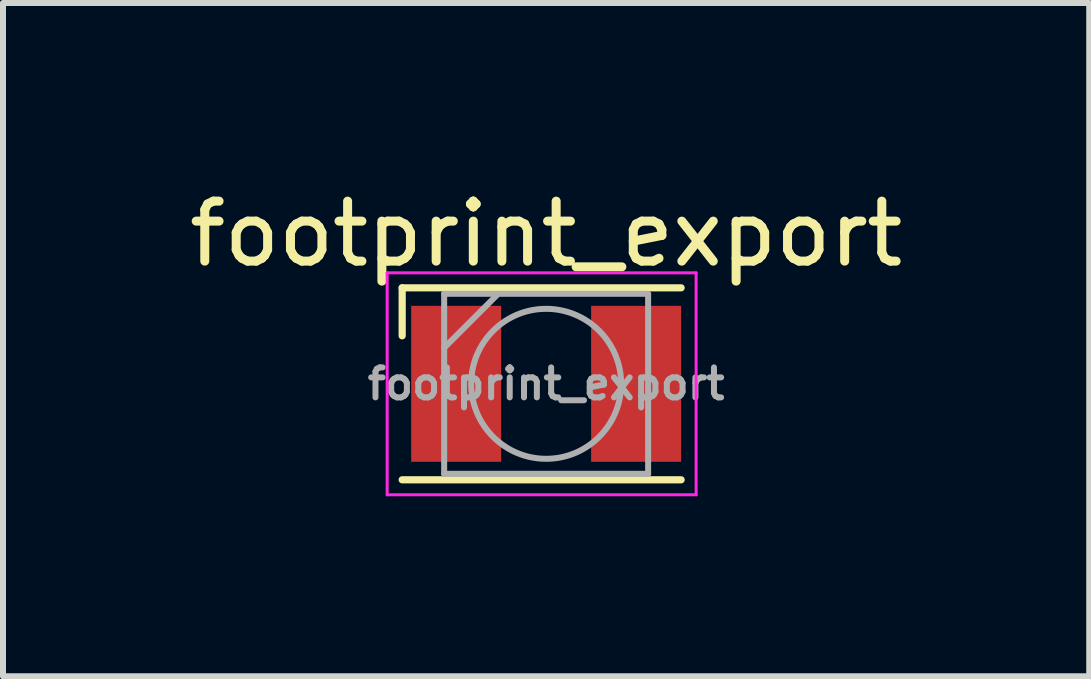
<source format=kicad_pcb>
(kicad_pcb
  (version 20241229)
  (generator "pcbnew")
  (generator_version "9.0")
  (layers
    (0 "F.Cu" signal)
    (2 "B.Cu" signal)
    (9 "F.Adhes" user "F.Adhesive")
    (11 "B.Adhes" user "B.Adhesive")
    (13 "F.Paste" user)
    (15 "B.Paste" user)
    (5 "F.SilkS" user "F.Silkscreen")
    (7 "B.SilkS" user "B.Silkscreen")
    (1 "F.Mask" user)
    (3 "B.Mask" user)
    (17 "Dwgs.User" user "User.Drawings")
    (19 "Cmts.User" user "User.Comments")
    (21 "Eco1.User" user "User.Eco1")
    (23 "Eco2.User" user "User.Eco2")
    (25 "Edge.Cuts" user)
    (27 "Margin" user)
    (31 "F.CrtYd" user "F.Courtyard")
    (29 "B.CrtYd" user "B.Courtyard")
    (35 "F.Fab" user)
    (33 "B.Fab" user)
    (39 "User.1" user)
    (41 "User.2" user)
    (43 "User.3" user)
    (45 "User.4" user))
  (footprint "footprint_export"
    (layer "F.Cu")
    (at 6.054 3.348)
    (property "Reference" "footprint_export" (at 0 -2.5 0) (layer "F.SilkS") (effects (font (size 1 1) (thickness 0.15))))
    (attr smd)
    (fp_line (start -2.4 -1.6) (end -2.4 -0.8) (stroke (width 0.12) (type solid)) (layer "F.SilkS"))
    (fp_line (start 2.25 -1.6) (end -2.4 -1.6) (stroke (width 0.12) (type solid)) (layer "F.SilkS"))
    (fp_line (start 2.25 1.6) (end -2.4 1.6) (stroke (width 0.12) (type solid)) (layer "F.SilkS"))
    (fp_line (start -2.65 -1.85) (end 2.5 -1.85) (stroke (width 0.05) (type solid)) (layer "F.CrtYd"))
    (fp_line (start -2.65 1.85) (end -2.65 -1.85) (stroke (width 0.05) (type solid)) (layer "F.CrtYd"))
    (fp_line (start 2.5 -1.85) (end 2.5 1.85) (stroke (width 0.05) (type solid)) (layer "F.CrtYd"))
    (fp_line (start 2.5 1.85) (end -2.65 1.85) (stroke (width 0.05) (type solid)) (layer "F.CrtYd"))
    (fp_line (start -1.7 -1.5) (end -1.7 1.5) (stroke (width 0.1) (type solid)) (layer "F.Fab"))
    (fp_line (start -1.7 -0.6) (end -0.8 -1.5) (stroke (width 0.1) (type solid)) (layer "F.Fab"))
    (fp_line (start -1.7 1.5) (end 1.7 1.5) (stroke (width 0.1) (type solid)) (layer "F.Fab"))
    (fp_line (start 1.7 -1.5) (end -1.7 -1.5) (stroke (width 0.1) (type solid)) (layer "F.Fab"))
    (fp_line (start 1.7 1.5) (end 1.7 -1.5) (stroke (width 0.1) (type solid)) (layer "F.Fab"))
    (fp_circle (center 0 0) (end 0 -1.25) (stroke (width 0.1) (type solid)) (fill no) (layer "F.Fab"))
    (fp_text user "${REFERENCE}" (at 0 0 0) (layer "F.Fab") (effects (font (size 0.5 0.5) (thickness 0.1))))
    (pad "1" smd rect (at -1.5 0) (size 1.5 2.6) (layers "F.Cu" "F.Mask" "F.Paste"))
    (pad "2" smd rect (at 1.5 0) (size 1.5 2.6) (layers "F.Cu" "F.Mask" "F.Paste")))
  (gr_rect
    (start -3 -3)
    (end 15.107 8.223)
    (stroke (width 0.1) (type default))
    (fill no)
    (layer "Edge.Cuts")))
</source>
